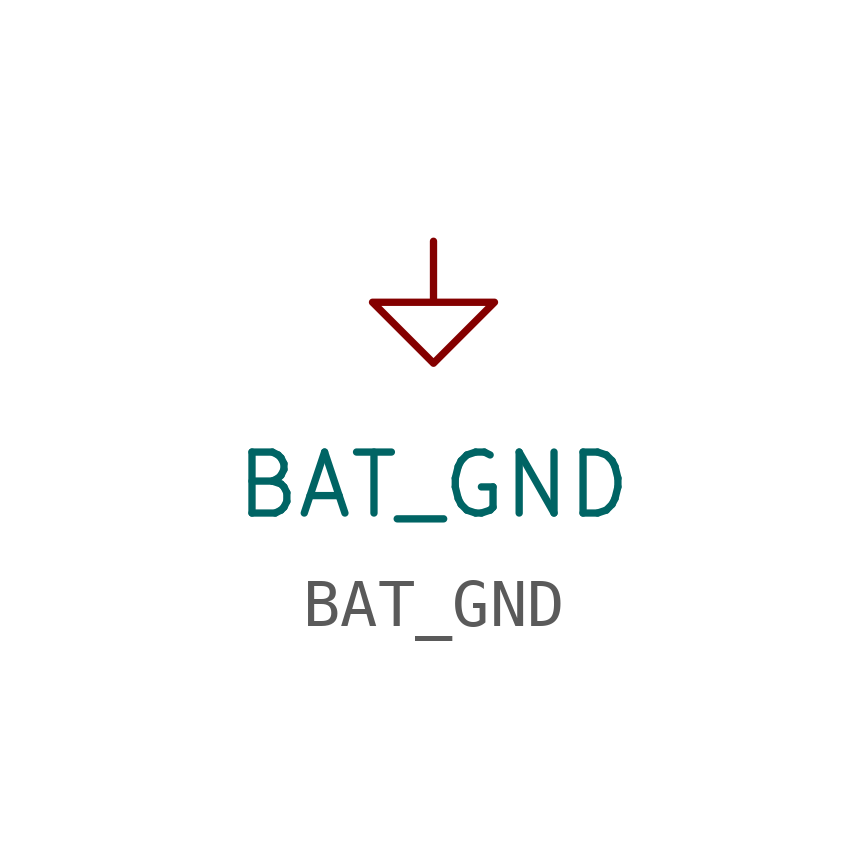
<source format=kicad_sym>
(kicad_symbol_lib
  (version 20220914)
  (generator kicad_symbol_editor)
  (symbol "BAT_GND"
    (power)
    (pin_names
      (offset 0))
    (property "Reference" "#PWR"
      (at 0 -6.35 0)
      (effects (font (size 1.27 1.27)) hide))
    (property "Value" "BAT_GND"
      (at 0 -5.08 0)
      (effects (font (size 1.27 1.27))))
    (symbol "BAT_GND_0_1"
      (polyline (pts (xy 0 0) (xy 0 -1.27) (xy 1.27 -1.27) (xy 0 -2.54) (xy -1.27 -1.27) (xy 0 -1.27)) (stroke (width 0) (type default)) (fill (type none))))
    (symbol "BAT_GND_1_1"
      (pin power_in line (at 0 0 270) (length 0) hide (name "BAT_GND" (effects (font (size 1.27 1.27)))) (number "1" (effects (font (size 1.27 1.27))))))))
</source>
